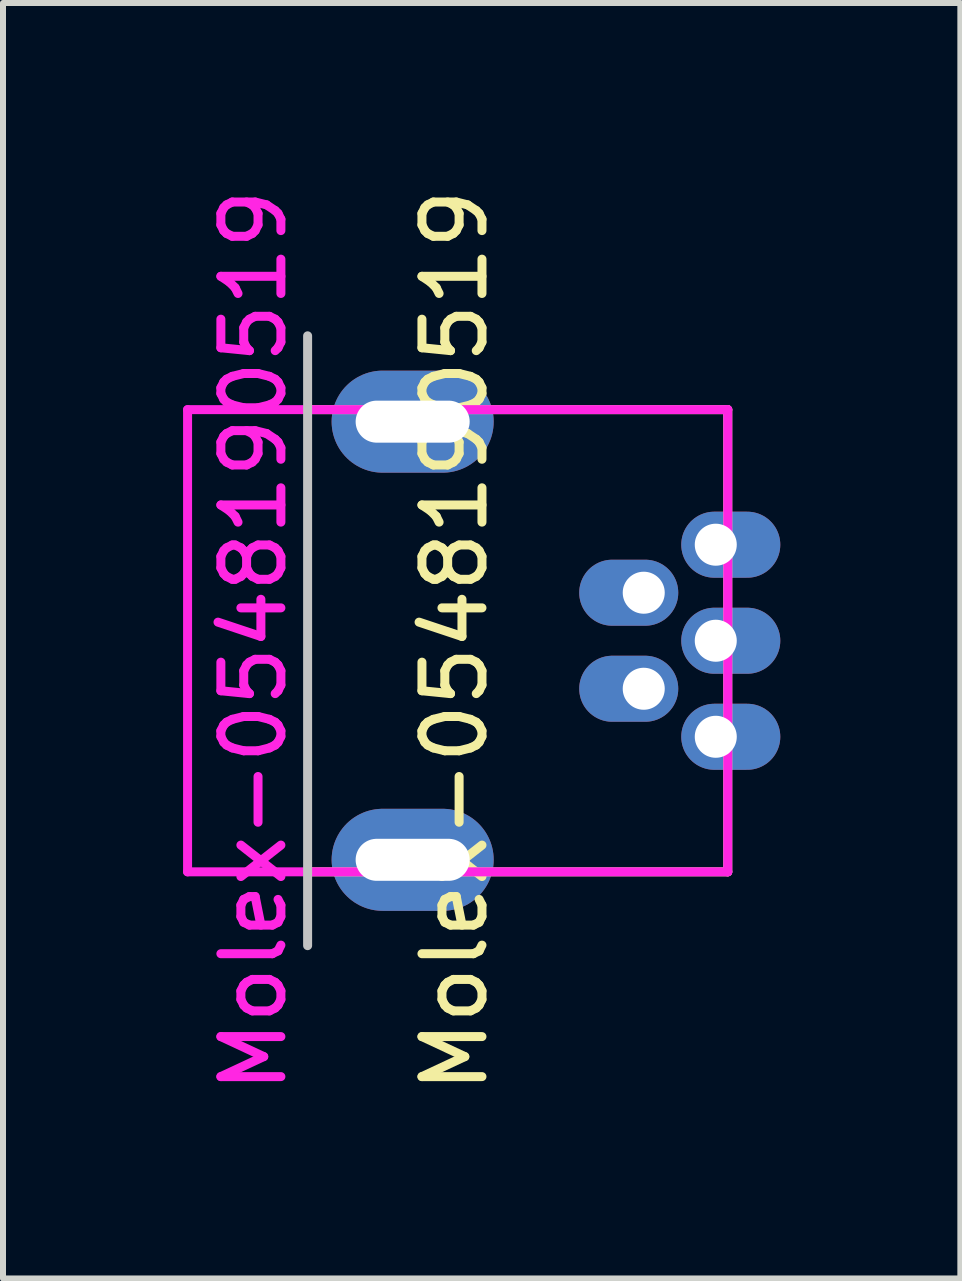
<source format=kicad_pcb>
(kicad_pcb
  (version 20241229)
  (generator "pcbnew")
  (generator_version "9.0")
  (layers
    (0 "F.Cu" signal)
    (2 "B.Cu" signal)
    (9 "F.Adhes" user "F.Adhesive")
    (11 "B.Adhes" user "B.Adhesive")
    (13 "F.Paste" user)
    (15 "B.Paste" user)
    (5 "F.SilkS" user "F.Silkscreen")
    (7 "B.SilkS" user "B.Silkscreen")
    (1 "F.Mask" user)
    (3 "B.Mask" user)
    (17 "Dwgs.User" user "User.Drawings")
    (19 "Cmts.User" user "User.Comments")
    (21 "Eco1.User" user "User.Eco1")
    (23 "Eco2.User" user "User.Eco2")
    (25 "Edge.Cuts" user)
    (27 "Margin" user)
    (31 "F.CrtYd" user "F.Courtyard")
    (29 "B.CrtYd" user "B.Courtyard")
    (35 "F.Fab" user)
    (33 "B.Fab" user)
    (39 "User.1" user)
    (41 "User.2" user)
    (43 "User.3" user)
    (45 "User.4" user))
  (footprint "Molex-0548190519"
    (layer "F.Cu")
    (at 2.075 7.625)
    (property "Reference" "Molex-0548190519" (at -0.9 0 90) (layer "F.CrtYd") (effects (font (size 1 1) (thickness 0.15))))
    (attr smd)
    (fp_line (start 0 -3.85) (end 7 -3.85) (stroke (width 0.15) (type solid)) (layer "F.SilkS"))
    (fp_line (start 7 -3.85) (end 7 3.85) (stroke (width 0.15) (type solid)) (layer "F.SilkS"))
    (fp_line (start 7 3.85) (end 0 3.85) (stroke (width 0.15) (type solid)) (layer "F.SilkS"))
    (fp_line (start 0 -5.08) (end 0 5.08) (stroke (width 0.15) (type solid)) (layer "Dwgs.User"))
    (fp_line (start -2 -3.85) (end -2 3.85) (stroke (width 0.15) (type solid)) (layer "F.CrtYd"))
    (fp_line (start -2 -3.85) (end 7 -3.85) (stroke (width 0.15) (type solid)) (layer "F.CrtYd"))
    (fp_line (start -2 3.85) (end 7 3.85) (stroke (width 0.15) (type solid)) (layer "F.CrtYd"))
    (fp_line (start 7 3.85) (end 7 -3.85) (stroke (width 0.15) (type solid)) (layer "F.CrtYd"))
    (fp_text user "${REFERENCE}" (at 2.45 0 90) (layer "F.SilkS") (effects (font (size 1 1) (thickness 0.15))))
    (pad "1" thru_hole oval (at 6.8 1.6) (size 1.65 1.1) (drill oval 0.7 (offset 0.25 0)) (layers "*.Cu" "B.Mask"))
    (pad "2" thru_hole oval (at 5.6 0.8 180) (size 1.65 1.1) (drill oval 0.7 (offset 0.25 0)) (layers "*.Cu" "B.Mask"))
    (pad "3" thru_hole oval (at 6.8 0) (size 1.65 1.1) (drill oval 0.7 (offset 0.25 0)) (layers "*.Cu" "B.Mask"))
    (pad "4" thru_hole oval (at 5.6 -0.8 180) (size 1.65 1.1) (drill oval 0.7 (offset 0.25 0)) (layers "*.Cu" "B.Mask"))
    (pad "5" thru_hole oval (at 6.8 -1.6) (size 1.65 1.1) (drill oval 0.7 (offset 0.25 0)) (layers "*.Cu" "B.Mask"))
    (pad "6" thru_hole oval (at 1.75 -3.65) (size 2.7 1.7) (drill oval 1.9 0.7) (layers "*.Cu" "*.Mask"))
    (pad "6" thru_hole oval (at 1.75 3.65) (size 2.7 1.7) (drill oval 1.9 0.7) (layers "*.Cu" "*.Mask")))
  (gr_rect
    (start -3 -3)
    (end 12.95 18.25)
    (stroke (width 0.1) (type default))
    (fill no)
    (layer "Edge.Cuts")))
</source>
